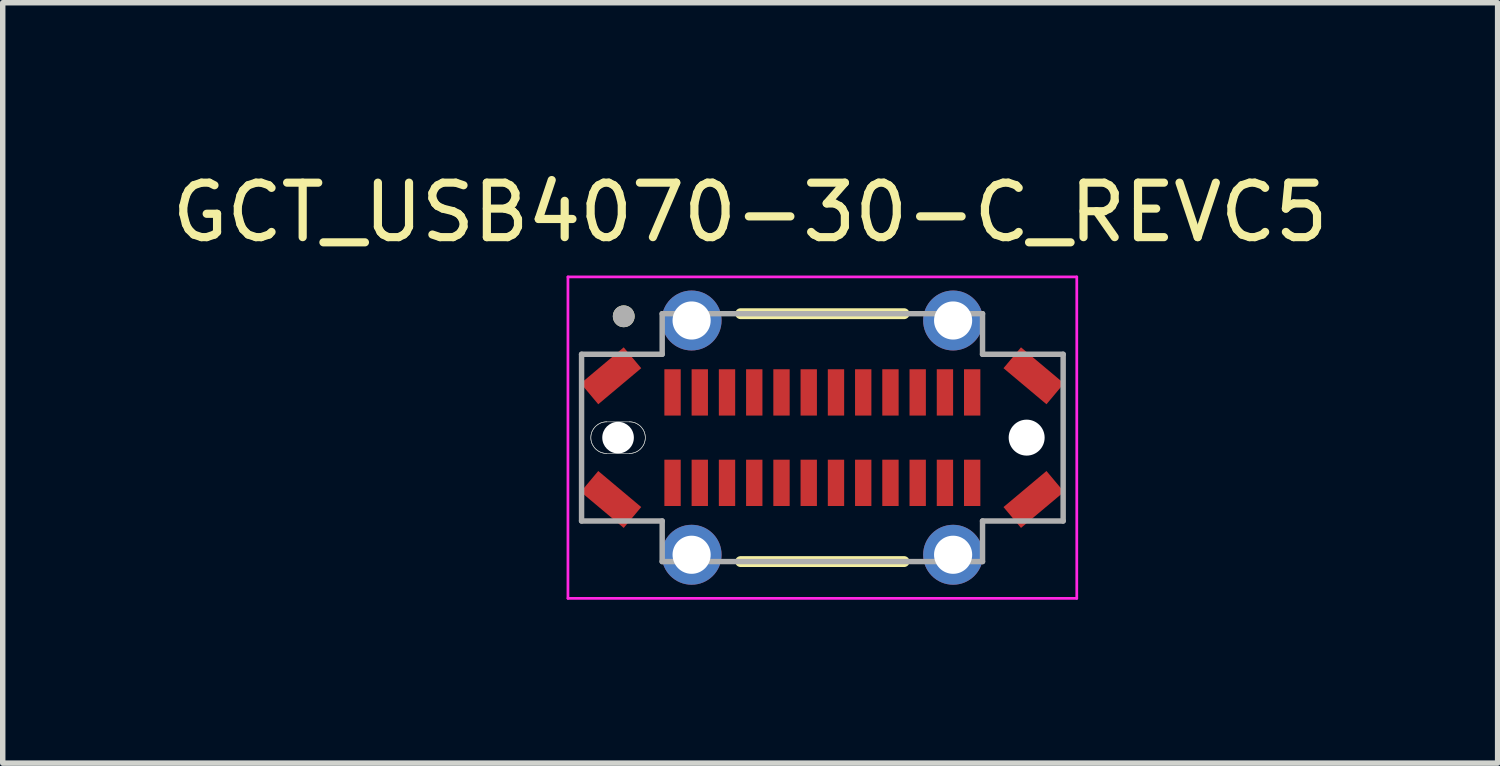
<source format=kicad_pcb>
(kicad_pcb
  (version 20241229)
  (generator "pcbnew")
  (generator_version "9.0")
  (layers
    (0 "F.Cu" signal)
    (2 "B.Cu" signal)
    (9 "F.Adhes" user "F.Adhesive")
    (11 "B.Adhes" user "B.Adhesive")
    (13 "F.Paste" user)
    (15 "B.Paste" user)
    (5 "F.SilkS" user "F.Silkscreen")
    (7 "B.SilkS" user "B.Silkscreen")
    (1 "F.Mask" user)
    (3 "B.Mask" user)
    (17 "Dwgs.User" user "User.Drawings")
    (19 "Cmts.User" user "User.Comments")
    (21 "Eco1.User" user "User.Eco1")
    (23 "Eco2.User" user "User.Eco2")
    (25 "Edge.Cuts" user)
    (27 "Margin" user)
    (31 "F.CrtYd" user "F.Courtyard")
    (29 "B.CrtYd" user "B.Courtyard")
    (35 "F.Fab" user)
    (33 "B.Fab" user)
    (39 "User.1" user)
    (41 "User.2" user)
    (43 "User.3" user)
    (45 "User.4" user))
  (footprint "GCT_USB4070-30-C_REVC5"
    (layer "F.Cu")
    (at 12.045 4.983)
    (property "Reference" "GCT_USB4070-30-C_REVC5" (at -1.325 -4.135 0) (layer "F.SilkS") (effects (font (size 1 1) (thickness 0.15))))
    (attr through_hole)
    (fp_line (start -1.5 -2.275) (end 1.5 -2.275) (stroke (width 0.2) (type solid)) (layer "F.SilkS"))
    (fp_line (start -1.5 2.275) (end 1.5 2.275) (stroke (width 0.2) (type solid)) (layer "F.SilkS"))
    (fp_circle (center -3.646 -2.227) (end -3.546 -2.227) (stroke (width 0.2) (type solid)) (fill no) (layer "F.SilkS"))
    (fp_line (start -3.96 0.29) (end -3.54 0.29) (stroke (width 0.01) (type solid)) (layer "Edge.Cuts"))
    (fp_line (start -3.54 -0.29) (end -3.96 -0.29) (stroke (width 0.01) (type solid)) (layer "Edge.Cuts"))
    (fp_arc (start -3.96 0.29) (mid -4.25 0) (end -3.96 -0.29) (stroke (width 0.01) (type solid)) (layer "Edge.Cuts"))
    (fp_arc (start -3.96 0.29) (mid -4.25 0) (end -3.96 -0.29) (stroke (width 0.01) (type solid)) (layer "Edge.Cuts"))
    (fp_arc (start -3.54 -0.29) (mid -3.25 0) (end -3.54 0.29) (stroke (width 0.01) (type solid)) (layer "Edge.Cuts"))
    (fp_arc (start -3.54 -0.29) (mid -3.25 0) (end -3.54 0.29) (stroke (width 0.01) (type solid)) (layer "Edge.Cuts"))
    (fp_line (start -4.67 -2.95) (end -4.67 2.95) (stroke (width 0.05) (type solid)) (layer "F.CrtYd"))
    (fp_line (start -4.67 2.95) (end 4.67 2.95) (stroke (width 0.05) (type solid)) (layer "F.CrtYd"))
    (fp_line (start 4.67 -2.95) (end -4.67 -2.95) (stroke (width 0.05) (type solid)) (layer "F.CrtYd"))
    (fp_line (start 4.67 2.95) (end 4.67 -2.95) (stroke (width 0.05) (type solid)) (layer "F.CrtYd"))
    (fp_line (start -4.42 1.53) (end -4.42 -1.53) (stroke (width 0.1) (type solid)) (layer "F.Fab"))
    (fp_line (start -2.94 -1.53) (end -4.42 -1.53) (stroke (width 0.1) (type solid)) (layer "F.Fab"))
    (fp_line (start -2.94 -1.53) (end -2.94 -2.275) (stroke (width 0.1) (type solid)) (layer "F.Fab"))
    (fp_line (start -2.94 1.53) (end -4.42 1.53) (stroke (width 0.1) (type solid)) (layer "F.Fab"))
    (fp_line (start -2.94 2.275) (end -2.94 1.53) (stroke (width 0.1) (type solid)) (layer "F.Fab"))
    (fp_line (start 2.94 -2.275) (end -2.94 -2.275) (stroke (width 0.1) (type solid)) (layer "F.Fab"))
    (fp_line (start 2.94 -1.53) (end 2.94 -2.275) (stroke (width 0.1) (type solid)) (layer "F.Fab"))
    (fp_line (start 2.94 -1.53) (end 4.42 -1.53) (stroke (width 0.1) (type solid)) (layer "F.Fab"))
    (fp_line (start 2.94 1.53) (end 4.42 1.53) (stroke (width 0.1) (type solid)) (layer "F.Fab"))
    (fp_line (start 2.94 2.275) (end -2.94 2.275) (stroke (width 0.1) (type solid)) (layer "F.Fab"))
    (fp_line (start 2.94 2.275) (end 2.94 1.53) (stroke (width 0.1) (type solid)) (layer "F.Fab"))
    (fp_line (start 4.42 1.53) (end 4.42 -1.53) (stroke (width 0.1) (type solid)) (layer "F.Fab"))
    (fp_circle (center -3.646 -2.227) (end -3.546 -2.227) (stroke (width 0.2) (type solid)) (fill no) (layer "F.Fab"))
    (pad "" np_thru_hole circle (at -3.75 0) (size 0.58 0.58) (drill 0.58) (layers "*.Cu" "*.Mask"))
    (pad "" np_thru_hole circle (at 3.75 0) (size 0.66 0.66) (drill 0.66) (layers "*.Cu" "*.Mask"))
    (pad "A1" smd rect (at -2.75 -0.83) (size 0.3 0.85) (layers "F.Cu" "F.Mask" "F.Paste"))
    (pad "A2" smd rect (at -2.25 -0.83) (size 0.3 0.85) (layers "F.Cu" "F.Mask" "F.Paste"))
    (pad "A3" smd rect (at -1.75 -0.83) (size 0.3 0.85) (layers "F.Cu" "F.Mask" "F.Paste"))
    (pad "A4" smd rect (at -1.25 -0.83) (size 0.3 0.85) (layers "F.Cu" "F.Mask" "F.Paste"))
    (pad "A5" smd rect (at -0.75 -0.83) (size 0.3 0.85) (layers "F.Cu" "F.Mask" "F.Paste"))
    (pad "A6" smd rect (at -0.25 -0.83) (size 0.3 0.85) (layers "F.Cu" "F.Mask" "F.Paste"))
    (pad "A7" smd rect (at 0.25 -0.83) (size 0.3 0.85) (layers "F.Cu" "F.Mask" "F.Paste"))
    (pad "A8" smd rect (at 0.75 -0.83) (size 0.3 0.85) (layers "F.Cu" "F.Mask" "F.Paste"))
    (pad "A9" smd rect (at 1.25 -0.83) (size 0.3 0.85) (layers "F.Cu" "F.Mask" "F.Paste"))
    (pad "A10" smd rect (at 1.75 -0.83) (size 0.3 0.85) (layers "F.Cu" "F.Mask" "F.Paste"))
    (pad "A11" smd rect (at 2.25 -0.83) (size 0.3 0.85) (layers "F.Cu" "F.Mask" "F.Paste"))
    (pad "A12" smd rect (at 2.75 -0.83) (size 0.3 0.85) (layers "F.Cu" "F.Mask" "F.Paste"))
    (pad "B1" smd rect (at 2.75 0.83) (size 0.3 0.85) (layers "F.Cu" "F.Mask" "F.Paste"))
    (pad "B2" smd rect (at 2.25 0.83) (size 0.3 0.85) (layers "F.Cu" "F.Mask" "F.Paste"))
    (pad "B3" smd rect (at 1.75 0.83) (size 0.3 0.85) (layers "F.Cu" "F.Mask" "F.Paste"))
    (pad "B4" smd rect (at 1.25 0.83) (size 0.3 0.85) (layers "F.Cu" "F.Mask" "F.Paste"))
    (pad "B5" smd rect (at 0.75 0.83) (size 0.3 0.85) (layers "F.Cu" "F.Mask" "F.Paste"))
    (pad "B6" smd rect (at 0.25 0.83) (size 0.3 0.85) (layers "F.Cu" "F.Mask" "F.Paste"))
    (pad "B7" smd rect (at -0.25 0.83) (size 0.3 0.85) (layers "F.Cu" "F.Mask" "F.Paste"))
    (pad "B8" smd rect (at -0.75 0.83) (size 0.3 0.85) (layers "F.Cu" "F.Mask" "F.Paste"))
    (pad "B9" smd rect (at -1.25 0.83) (size 0.3 0.85) (layers "F.Cu" "F.Mask" "F.Paste"))
    (pad "B10" smd rect (at -1.75 0.83) (size 0.3 0.85) (layers "F.Cu" "F.Mask" "F.Paste"))
    (pad "B11" smd rect (at -2.25 0.83) (size 0.3 0.85) (layers "F.Cu" "F.Mask" "F.Paste"))
    (pad "B12" smd rect (at -2.75 0.83) (size 0.3 0.85) (layers "F.Cu" "F.Mask" "F.Paste"))
    (pad "S1" thru_hole circle (at -2.4 -2.15) (size 1.1 1.1) (drill 0.7) (layers "*.Cu" "*.Mask"))
    (pad "S2" thru_hole circle (at -2.4 2.15) (size 1.1 1.1) (drill 0.7) (layers "*.Cu" "*.Mask"))
    (pad "S3" thru_hole circle (at 2.4 -2.15) (size 1.1 1.1) (drill 0.7) (layers "*.Cu" "*.Mask"))
    (pad "S4" thru_hole circle (at 2.4 2.15) (size 1.1 1.1) (drill 0.7) (layers "*.Cu" "*.Mask"))
    (pad "S5" smd rect (at -3.88 -1.135 40) (size 1.03 0.5) (layers "F.Cu" "F.Mask" "F.Paste"))
    (pad "S6" smd rect (at -3.88 1.135 320) (size 1.03 0.5) (layers "F.Cu" "F.Mask" "F.Paste"))
    (pad "S7" smd rect (at 3.88 -1.135 320) (size 1.03 0.5) (layers "F.Cu" "F.Mask" "F.Paste"))
    (pad "S8" smd rect (at 3.88 1.135 40) (size 1.03 0.5) (layers "F.Cu" "F.Mask" "F.Paste")))
  (gr_rect
    (start -3 -3)
    (end 24.44 10.958)
    (stroke (width 0.1) (type default))
    (fill no)
    (layer "Edge.Cuts")))
</source>
